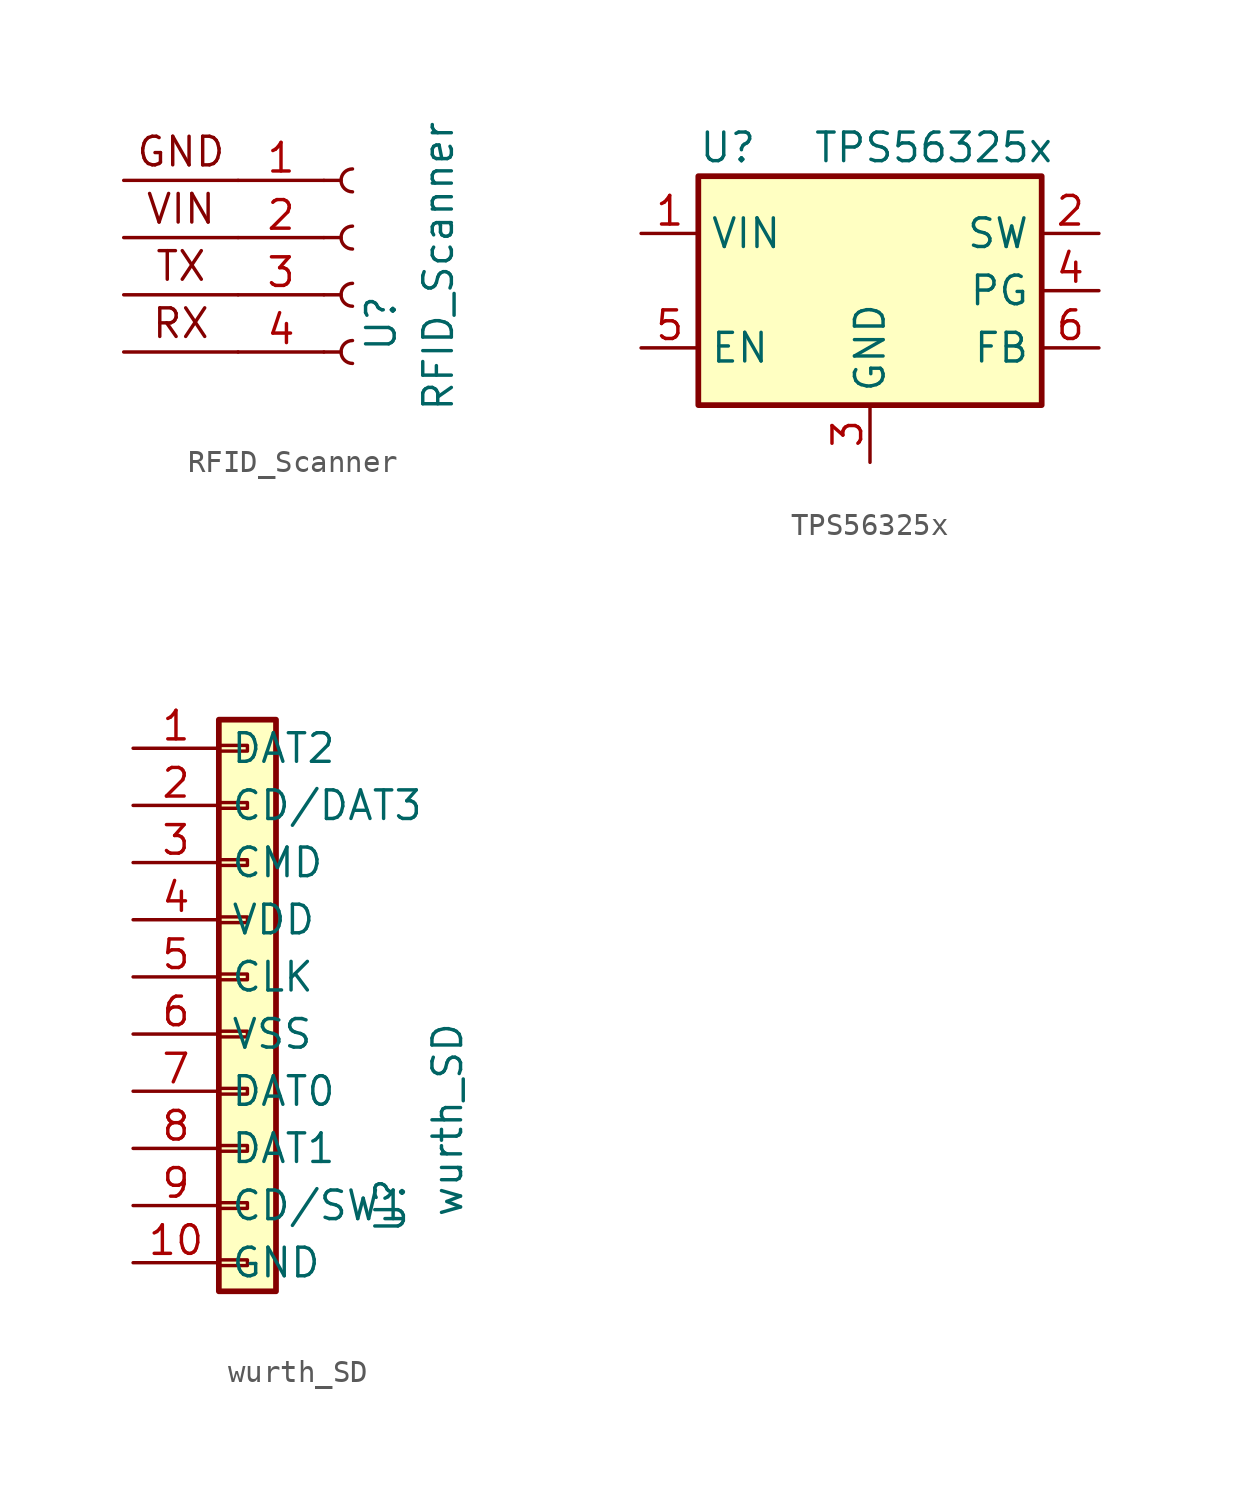
<source format=kicad_sym>
(kicad_symbol_lib
  (version 20211014)
  (generator kicad_symbol_editor)
  (symbol "RFID_Scanner"
    (property "Reference" "U"
      (at 1.27 -2.54 90)
      (effects (font (size 1.27 1.27))))
    (property "Value" "RFID_Scanner"
      (at 3.81 0 90)
      (effects (font (size 1.27 1.27))))
    (symbol "RFID_Scanner_0_0"
      (polyline (pts (xy -5.08 -3.81) (xy -10.16 -3.81)) (stroke (width 0) (type default) (color 0 0 0 0)) (fill (type none)))
      (polyline (pts (xy -5.08 -1.27) (xy -10.16 -1.27)) (stroke (width 0) (type default) (color 0 0 0 0)) (fill (type none)))
      (polyline (pts (xy -5.08 1.27) (xy -10.16 1.27)) (stroke (width 0) (type default) (color 0 0 0 0)) (fill (type none)))
      (polyline (pts (xy -5.08 3.81) (xy -10.16 3.81)) (stroke (width 0) (type default) (color 0 0 0 0)) (fill (type none)))
      (text "GND" (at -7.62 5.08 0) (effects (font (size 1.27 1.27))))
      (text "RX" (at -7.62 -2.54 0) (effects (font (size 1.27 1.27))))
      (text "TX" (at -7.62 0 0) (effects (font (size 1.27 1.27))))
      (text "VIN" (at -7.62 2.54 0) (effects (font (size 1.27 1.27)))))
    (symbol "RFID_Scanner_1_1"
      (arc (start 0 -3.302) (mid -0.508 -3.81) (end 0 -4.318) (stroke (width 0.1524) (type default) (color 0 0 0 0)) (fill (type none)))
      (arc (start 0 -0.762) (mid -0.508 -1.27) (end 0 -1.778) (stroke (width 0.1524) (type default) (color 0 0 0 0)) (fill (type none)))
      (polyline (pts (xy -1.27 -3.81) (xy -0.508 -3.81)) (stroke (width 0.152) (type default) (color 0 0 0 0)) (fill (type none)))
      (polyline (pts (xy -1.27 -1.27) (xy -0.508 -1.27)) (stroke (width 0.152) (type default) (color 0 0 0 0)) (fill (type none)))
      (polyline (pts (xy -1.27 1.27) (xy -0.508 1.27)) (stroke (width 0.152) (type default) (color 0 0 0 0)) (fill (type none)))
      (polyline (pts (xy -1.27 3.81) (xy -0.508 3.81)) (stroke (width 0.152) (type default) (color 0 0 0 0)) (fill (type none)))
      (arc (start 0 1.778) (mid -0.508 1.27) (end 0 0.762) (stroke (width 0.1524) (type default) (color 0 0 0 0)) (fill (type none)))
      (arc (start 0 4.318) (mid -0.508 3.81) (end 0 3.302) (stroke (width 0.1524) (type default) (color 0 0 0 0)) (fill (type none)))
      (pin passive line (at -5.08 3.81 0) (length 3.81) (name "" (effects (font (size 1.27 1.27)))) (number "1" (effects (font (size 1.27 1.27)))))
      (pin passive line (at -5.08 1.27 0) (length 3.81) (name "" (effects (font (size 1.27 1.27)))) (number "2" (effects (font (size 1.27 1.27)))))
      (pin passive line (at -5.08 -1.27 0) (length 3.81) (name "" (effects (font (size 1.27 1.27)))) (number "3" (effects (font (size 1.27 1.27)))))
      (pin passive line (at -5.08 -3.81 0) (length 3.81) (name "" (effects (font (size 1.27 1.27)))) (number "4" (effects (font (size 1.27 1.27)))))))
  (symbol "TPS56325x"
    (property "Reference" "U"
      (at -7.62 6.35 0)
      (effects (font (size 1.27 1.27)) (justify left)))
    (property "Value" "TPS56325x"
      (at -2.54 6.35 0)
      (effects (font (size 1.27 1.27)) (justify left)))
    (symbol "TPS56325x_0_1"
      (rectangle (start -7.62 5.08) (end 7.62 -5.08) (stroke (width 0.254) (type default) (color 0 0 0 0)) (fill (type background))))
    (symbol "TPS56325x_1_1"
      (pin power_in line (at -10.16 2.54 0) (length 2.54) (name "VIN" (effects (font (size 1.27 1.27)))) (number "1" (effects (font (size 1.27 1.27)))))
      (pin output line (at 10.16 2.54 180) (length 2.54) (name "SW" (effects (font (size 1.27 1.27)))) (number "2" (effects (font (size 1.27 1.27)))))
      (pin power_in line (at 0 -7.62 90) (length 2.54) (name "GND" (effects (font (size 1.27 1.27)))) (number "3" (effects (font (size 1.27 1.27)))))
      (pin input line (at 10.16 0 180) (length 2.54) (name "PG" (effects (font (size 1.27 1.27)))) (number "4" (effects (font (size 1.27 1.27)))))
      (pin input line (at -10.16 -2.54 0) (length 2.54) (name "EN" (effects (font (size 1.27 1.27)))) (number "5" (effects (font (size 1.27 1.27)))))
      (pin passive line (at 10.16 -2.54 180) (length 2.54) (name "FB" (effects (font (size 1.27 1.27)))) (number "6" (effects (font (size 1.27 1.27)))))))
  (symbol "wurth_SD"
    (property "Reference" "U"
      (at 1.27 -8.89 90)
      (effects (font (size 1.27 1.27))))
    (property "Value" "wurth_SD"
      (at 3.81 -5.08 90)
      (effects (font (size 1.27 1.27))))
    (symbol "wurth_SD_1_1"
      (rectangle (start -6.35 -11.303) (end -5.08 -11.557) (stroke (width 0.152) (type default) (color 0 0 0 0)) (fill (type none)))
      (rectangle (start -6.35 -8.763) (end -5.08 -9.017) (stroke (width 0.152) (type default) (color 0 0 0 0)) (fill (type none)))
      (rectangle (start -6.35 -6.223) (end -5.08 -6.477) (stroke (width 0.152) (type default) (color 0 0 0 0)) (fill (type none)))
      (rectangle (start -6.35 -3.683) (end -5.08 -3.937) (stroke (width 0.152) (type default) (color 0 0 0 0)) (fill (type none)))
      (rectangle (start -6.35 -1.143) (end -5.08 -1.397) (stroke (width 0.152) (type default) (color 0 0 0 0)) (fill (type none)))
      (rectangle (start -6.35 1.397) (end -5.08 1.143) (stroke (width 0.152) (type default) (color 0 0 0 0)) (fill (type none)))
      (rectangle (start -6.35 3.937) (end -5.08 3.683) (stroke (width 0.152) (type default) (color 0 0 0 0)) (fill (type none)))
      (rectangle (start -6.35 6.477) (end -5.08 6.223) (stroke (width 0.152) (type default) (color 0 0 0 0)) (fill (type none)))
      (rectangle (start -6.35 9.017) (end -5.08 8.763) (stroke (width 0.152) (type default) (color 0 0 0 0)) (fill (type none)))
      (rectangle (start -6.35 11.557) (end -5.08 11.303) (stroke (width 0.152) (type default) (color 0 0 0 0)) (fill (type none)))
      (rectangle (start -6.35 12.7) (end -3.81 -12.7) (stroke (width 0.254) (type default) (color 0 0 0 0)) (fill (type background)))
      (pin passive line (at -10.16 11.43 0) (length 3.81) (name "DAT2" (effects (font (size 1.27 1.27)))) (number "1" (effects (font (size 1.27 1.27)))))
      (pin passive line (at -10.16 -11.43 0) (length 3.81) (name "GND" (effects (font (size 1.27 1.27)))) (number "10" (effects (font (size 1.27 1.27)))))
      (pin passive line (at -10.16 8.89 0) (length 3.81) (name "CD/DAT3" (effects (font (size 1.27 1.27)))) (number "2" (effects (font (size 1.27 1.27)))))
      (pin passive line (at -10.16 6.35 0) (length 3.81) (name "CMD" (effects (font (size 1.27 1.27)))) (number "3" (effects (font (size 1.27 1.27)))))
      (pin passive line (at -10.16 3.81 0) (length 3.81) (name "VDD" (effects (font (size 1.27 1.27)))) (number "4" (effects (font (size 1.27 1.27)))))
      (pin passive line (at -10.16 1.27 0) (length 3.81) (name "CLK" (effects (font (size 1.27 1.27)))) (number "5" (effects (font (size 1.27 1.27)))))
      (pin passive line (at -10.16 -1.27 0) (length 3.81) (name "VSS" (effects (font (size 1.27 1.27)))) (number "6" (effects (font (size 1.27 1.27)))))
      (pin passive line (at -10.16 -3.81 0) (length 3.81) (name "DAT0" (effects (font (size 1.27 1.27)))) (number "7" (effects (font (size 1.27 1.27)))))
      (pin passive line (at -10.16 -6.35 0) (length 3.81) (name "DAT1" (effects (font (size 1.27 1.27)))) (number "8" (effects (font (size 1.27 1.27)))))
      (pin passive line (at -10.16 -8.89 0) (length 3.81) (name "CD/SW1" (effects (font (size 1.27 1.27)))) (number "9" (effects (font (size 1.27 1.27))))))))
</source>
